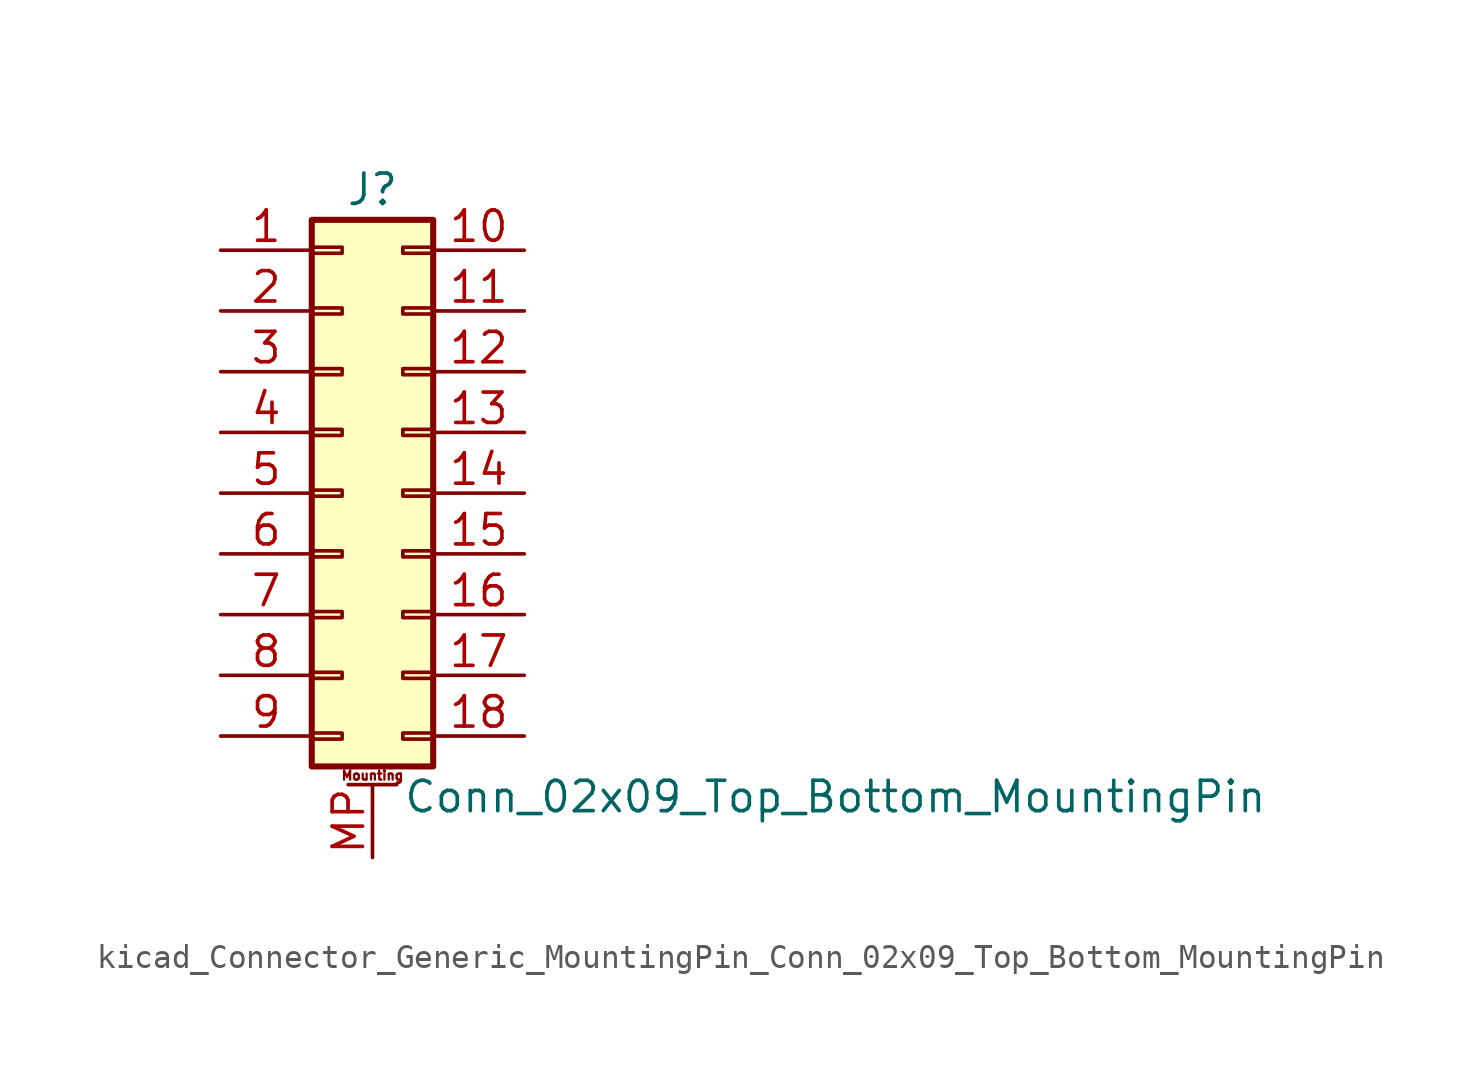
<source format=kicad_sym>
(kicad_symbol_lib
  (version 20220914)
  (generator kicad_symbol_editor)
  (symbol "kicad_Connector_Generic_MountingPin_Conn_02x09_Top_Bottom_MountingPin"
    (pin_names
      (offset 1.016) hide)
    (property "Reference" "J"
      (at 1.27 12.7 0)
      (effects (font (size 1.27 1.27))))
    (property "Value" "Conn_02x09_Top_Bottom_MountingPin"
      (at 2.54 -12.7 0)
      (effects (font (size 1.27 1.27)) (justify left)))
    (symbol "kicad_Connector_Generic_MountingPin_Conn_02x09_Top_Bottom_MountingPin_1_1"
      (rectangle (start -1.27 -10.033) (end 0 -10.287) (stroke (width 0.152) (type default)) (fill (type none)))
      (rectangle (start -1.27 -7.493) (end 0 -7.747) (stroke (width 0.152) (type default)) (fill (type none)))
      (rectangle (start -1.27 -4.953) (end 0 -5.207) (stroke (width 0.152) (type default)) (fill (type none)))
      (rectangle (start -1.27 -2.413) (end 0 -2.667) (stroke (width 0.152) (type default)) (fill (type none)))
      (rectangle (start -1.27 0.127) (end 0 -0.127) (stroke (width 0.152) (type default)) (fill (type none)))
      (rectangle (start -1.27 2.667) (end 0 2.413) (stroke (width 0.152) (type default)) (fill (type none)))
      (rectangle (start -1.27 5.207) (end 0 4.953) (stroke (width 0.152) (type default)) (fill (type none)))
      (rectangle (start -1.27 7.747) (end 0 7.493) (stroke (width 0.152) (type default)) (fill (type none)))
      (rectangle (start -1.27 10.287) (end 0 10.033) (stroke (width 0.152) (type default)) (fill (type none)))
      (rectangle (start -1.27 11.43) (end 3.81 -11.43) (stroke (width 0.254) (type default)) (fill (type background)))
      (polyline (pts (xy 0.254 -12.192) (xy 2.286 -12.192)) (stroke (width 0.152) (type default)) (fill (type none)))
      (rectangle (start 3.81 -10.033) (end 2.54 -10.287) (stroke (width 0.152) (type default)) (fill (type none)))
      (rectangle (start 3.81 -7.493) (end 2.54 -7.747) (stroke (width 0.152) (type default)) (fill (type none)))
      (rectangle (start 3.81 -4.953) (end 2.54 -5.207) (stroke (width 0.152) (type default)) (fill (type none)))
      (rectangle (start 3.81 -2.413) (end 2.54 -2.667) (stroke (width 0.152) (type default)) (fill (type none)))
      (rectangle (start 3.81 0.127) (end 2.54 -0.127) (stroke (width 0.152) (type default)) (fill (type none)))
      (rectangle (start 3.81 2.667) (end 2.54 2.413) (stroke (width 0.152) (type default)) (fill (type none)))
      (rectangle (start 3.81 5.207) (end 2.54 4.953) (stroke (width 0.152) (type default)) (fill (type none)))
      (rectangle (start 3.81 7.747) (end 2.54 7.493) (stroke (width 0.152) (type default)) (fill (type none)))
      (rectangle (start 3.81 10.287) (end 2.54 10.033) (stroke (width 0.152) (type default)) (fill (type none)))
      (text "Mounting" (at 1.27 -11.811 0) (effects (font (size 0.381 0.381))))
      (pin passive line (at -5.08 10.16 0) (length 3.81) (name "Pin_1" (effects (font (size 1.27 1.27)))) (number "1" (effects (font (size 1.27 1.27)))))
      (pin passive line (at 7.62 10.16 180) (length 3.81) (name "Pin_10" (effects (font (size 1.27 1.27)))) (number "10" (effects (font (size 1.27 1.27)))))
      (pin passive line (at 7.62 7.62 180) (length 3.81) (name "Pin_11" (effects (font (size 1.27 1.27)))) (number "11" (effects (font (size 1.27 1.27)))))
      (pin passive line (at 7.62 5.08 180) (length 3.81) (name "Pin_12" (effects (font (size 1.27 1.27)))) (number "12" (effects (font (size 1.27 1.27)))))
      (pin passive line (at 7.62 2.54 180) (length 3.81) (name "Pin_13" (effects (font (size 1.27 1.27)))) (number "13" (effects (font (size 1.27 1.27)))))
      (pin passive line (at 7.62 0 180) (length 3.81) (name "Pin_14" (effects (font (size 1.27 1.27)))) (number "14" (effects (font (size 1.27 1.27)))))
      (pin passive line (at 7.62 -2.54 180) (length 3.81) (name "Pin_15" (effects (font (size 1.27 1.27)))) (number "15" (effects (font (size 1.27 1.27)))))
      (pin passive line (at 7.62 -5.08 180) (length 3.81) (name "Pin_16" (effects (font (size 1.27 1.27)))) (number "16" (effects (font (size 1.27 1.27)))))
      (pin passive line (at 7.62 -7.62 180) (length 3.81) (name "Pin_17" (effects (font (size 1.27 1.27)))) (number "17" (effects (font (size 1.27 1.27)))))
      (pin passive line (at 7.62 -10.16 180) (length 3.81) (name "Pin_18" (effects (font (size 1.27 1.27)))) (number "18" (effects (font (size 1.27 1.27)))))
      (pin passive line (at -5.08 7.62 0) (length 3.81) (name "Pin_2" (effects (font (size 1.27 1.27)))) (number "2" (effects (font (size 1.27 1.27)))))
      (pin passive line (at -5.08 5.08 0) (length 3.81) (name "Pin_3" (effects (font (size 1.27 1.27)))) (number "3" (effects (font (size 1.27 1.27)))))
      (pin passive line (at -5.08 2.54 0) (length 3.81) (name "Pin_4" (effects (font (size 1.27 1.27)))) (number "4" (effects (font (size 1.27 1.27)))))
      (pin passive line (at -5.08 0 0) (length 3.81) (name "Pin_5" (effects (font (size 1.27 1.27)))) (number "5" (effects (font (size 1.27 1.27)))))
      (pin passive line (at -5.08 -2.54 0) (length 3.81) (name "Pin_6" (effects (font (size 1.27 1.27)))) (number "6" (effects (font (size 1.27 1.27)))))
      (pin passive line (at -5.08 -5.08 0) (length 3.81) (name "Pin_7" (effects (font (size 1.27 1.27)))) (number "7" (effects (font (size 1.27 1.27)))))
      (pin passive line (at -5.08 -7.62 0) (length 3.81) (name "Pin_8" (effects (font (size 1.27 1.27)))) (number "8" (effects (font (size 1.27 1.27)))))
      (pin passive line (at -5.08 -10.16 0) (length 3.81) (name "Pin_9" (effects (font (size 1.27 1.27)))) (number "9" (effects (font (size 1.27 1.27)))))
      (pin passive line (at 1.27 -15.24 90) (length 3.048) (name "MountPin" (effects (font (size 1.27 1.27)))) (number "MP" (effects (font (size 1.27 1.27))))))))
</source>
